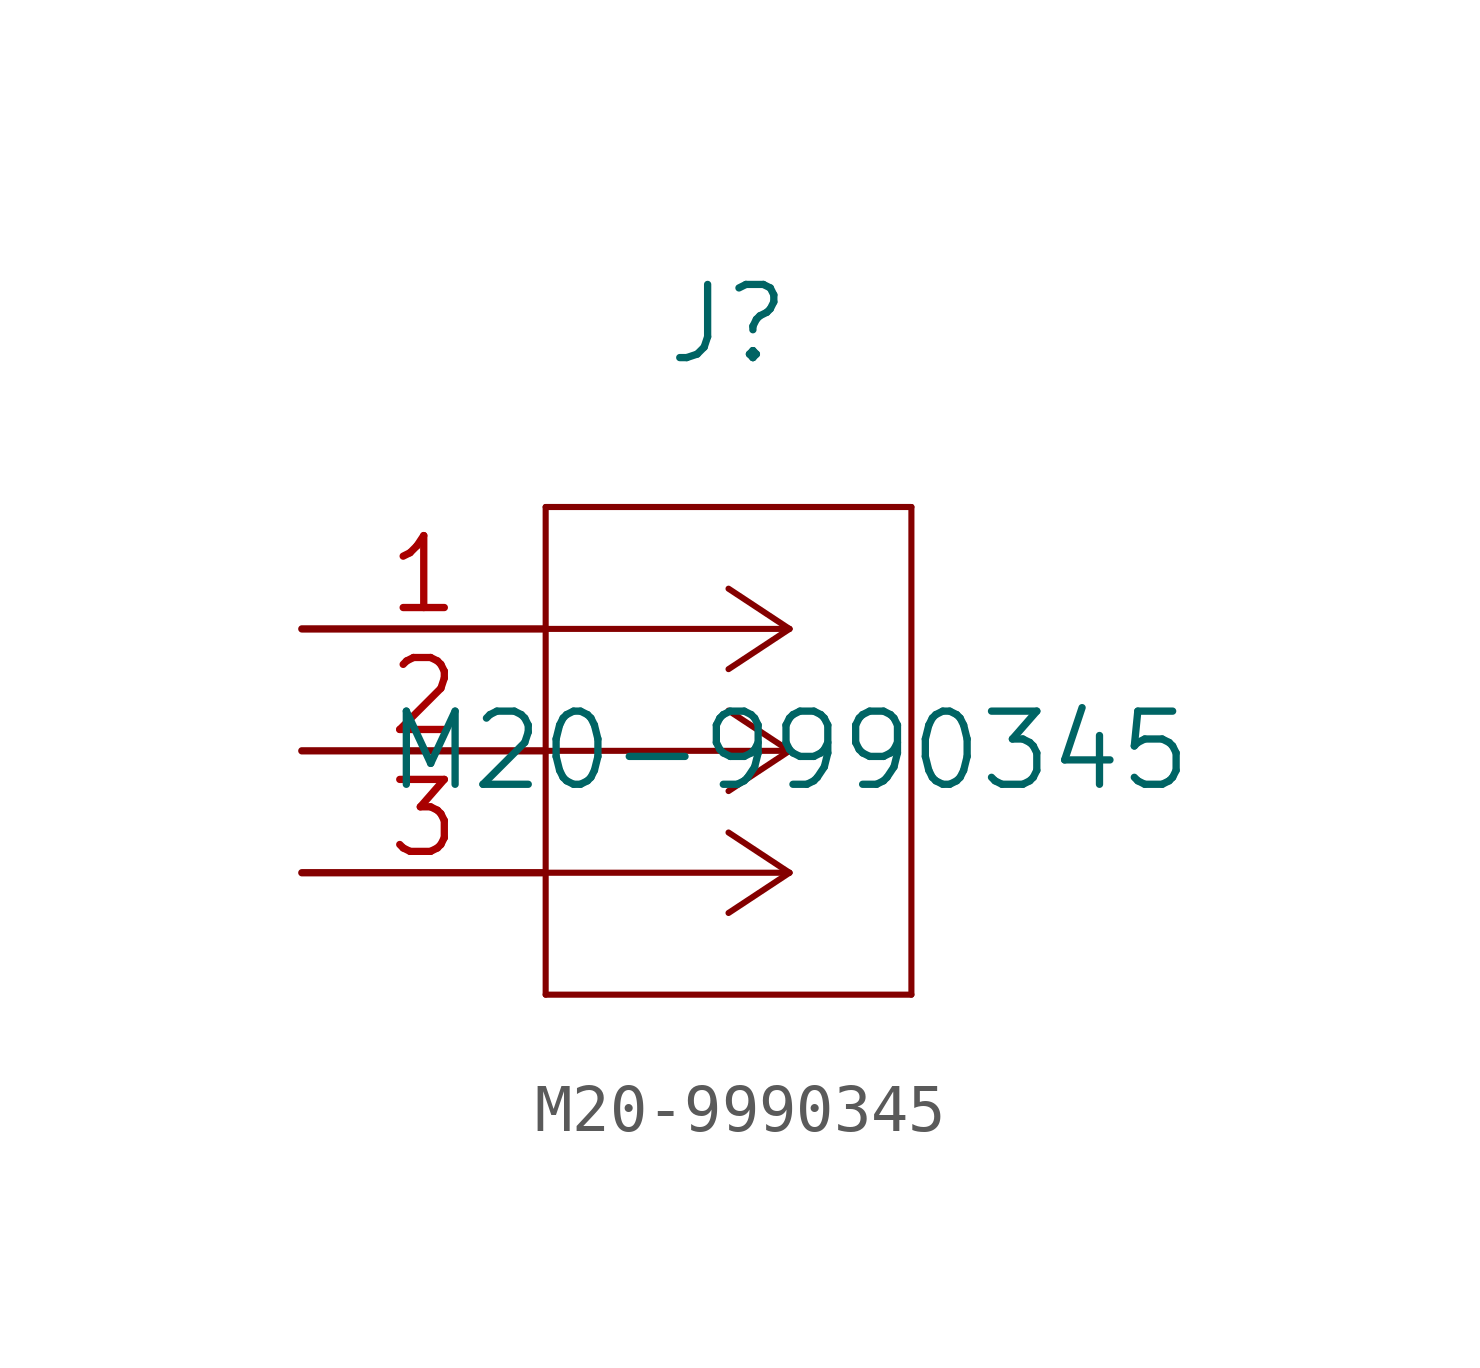
<source format=kicad_sym>
(kicad_symbol_lib
  (version 20220914)
  (generator kicad_symbol_editor)
  (symbol "M20-9990345"
    (pin_names
      (offset 0.254) hide)
    (property "Reference" "J"
      (at 8.89 6.35 0)
      (effects (font (size 1.524 1.524))))
    (property "Value" "M20-9990345"
      (at 10.16 -2.54 0)
      (effects (font (size 1.524 1.524))))
    (property "Datasheet" ""
      (at 0 0 0)
      (effects (font (size 1.524 1.524))))
    (property "ki_locked" ""
      (at 0 0 0)
      (effects (font (size 1.27 1.27))))
    (symbol "M20-9990345_1_1"
      (polyline (pts (xy 5.08 -7.62) (xy 12.7 -7.62)) (stroke (width 0.127) (type solid)) (fill (type none)))
      (polyline (pts (xy 5.08 2.54) (xy 5.08 -7.62)) (stroke (width 0.127) (type solid)) (fill (type none)))
      (polyline (pts (xy 10.16 -5.08) (xy 5.08 -5.08)) (stroke (width 0.127) (type solid)) (fill (type none)))
      (polyline (pts (xy 10.16 -5.08) (xy 8.89 -5.918)) (stroke (width 0.127) (type solid)) (fill (type none)))
      (polyline (pts (xy 10.16 -5.08) (xy 8.89 -4.242)) (stroke (width 0.127) (type solid)) (fill (type none)))
      (polyline (pts (xy 10.16 -2.54) (xy 5.08 -2.54)) (stroke (width 0.127) (type solid)) (fill (type none)))
      (polyline (pts (xy 10.16 -2.54) (xy 8.89 -3.378)) (stroke (width 0.127) (type solid)) (fill (type none)))
      (polyline (pts (xy 10.16 -2.54) (xy 8.89 -1.702)) (stroke (width 0.127) (type solid)) (fill (type none)))
      (polyline (pts (xy 10.16 0) (xy 5.08 0)) (stroke (width 0.127) (type solid)) (fill (type none)))
      (polyline (pts (xy 10.16 0) (xy 8.89 -0.838)) (stroke (width 0.127) (type solid)) (fill (type none)))
      (polyline (pts (xy 10.16 0) (xy 8.89 0.838)) (stroke (width 0.127) (type solid)) (fill (type none)))
      (polyline (pts (xy 12.7 -7.62) (xy 12.7 2.54)) (stroke (width 0.127) (type solid)) (fill (type none)))
      (polyline (pts (xy 12.7 2.54) (xy 5.08 2.54)) (stroke (width 0.127) (type solid)) (fill (type none)))
      (pin unspecified line (at 0 0 0) (length 5.08) (name "1" (effects (font (size 1.499 1.499)))) (number "1" (effects (font (size 1.499 1.499)))))
      (pin unspecified line (at 0 -2.54 0) (length 5.08) (name "2" (effects (font (size 1.499 1.499)))) (number "2" (effects (font (size 1.499 1.499)))))
      (pin unspecified line (at 0 -5.08 0) (length 5.08) (name "3" (effects (font (size 1.499 1.499)))) (number "3" (effects (font (size 1.499 1.499))))))))
</source>
